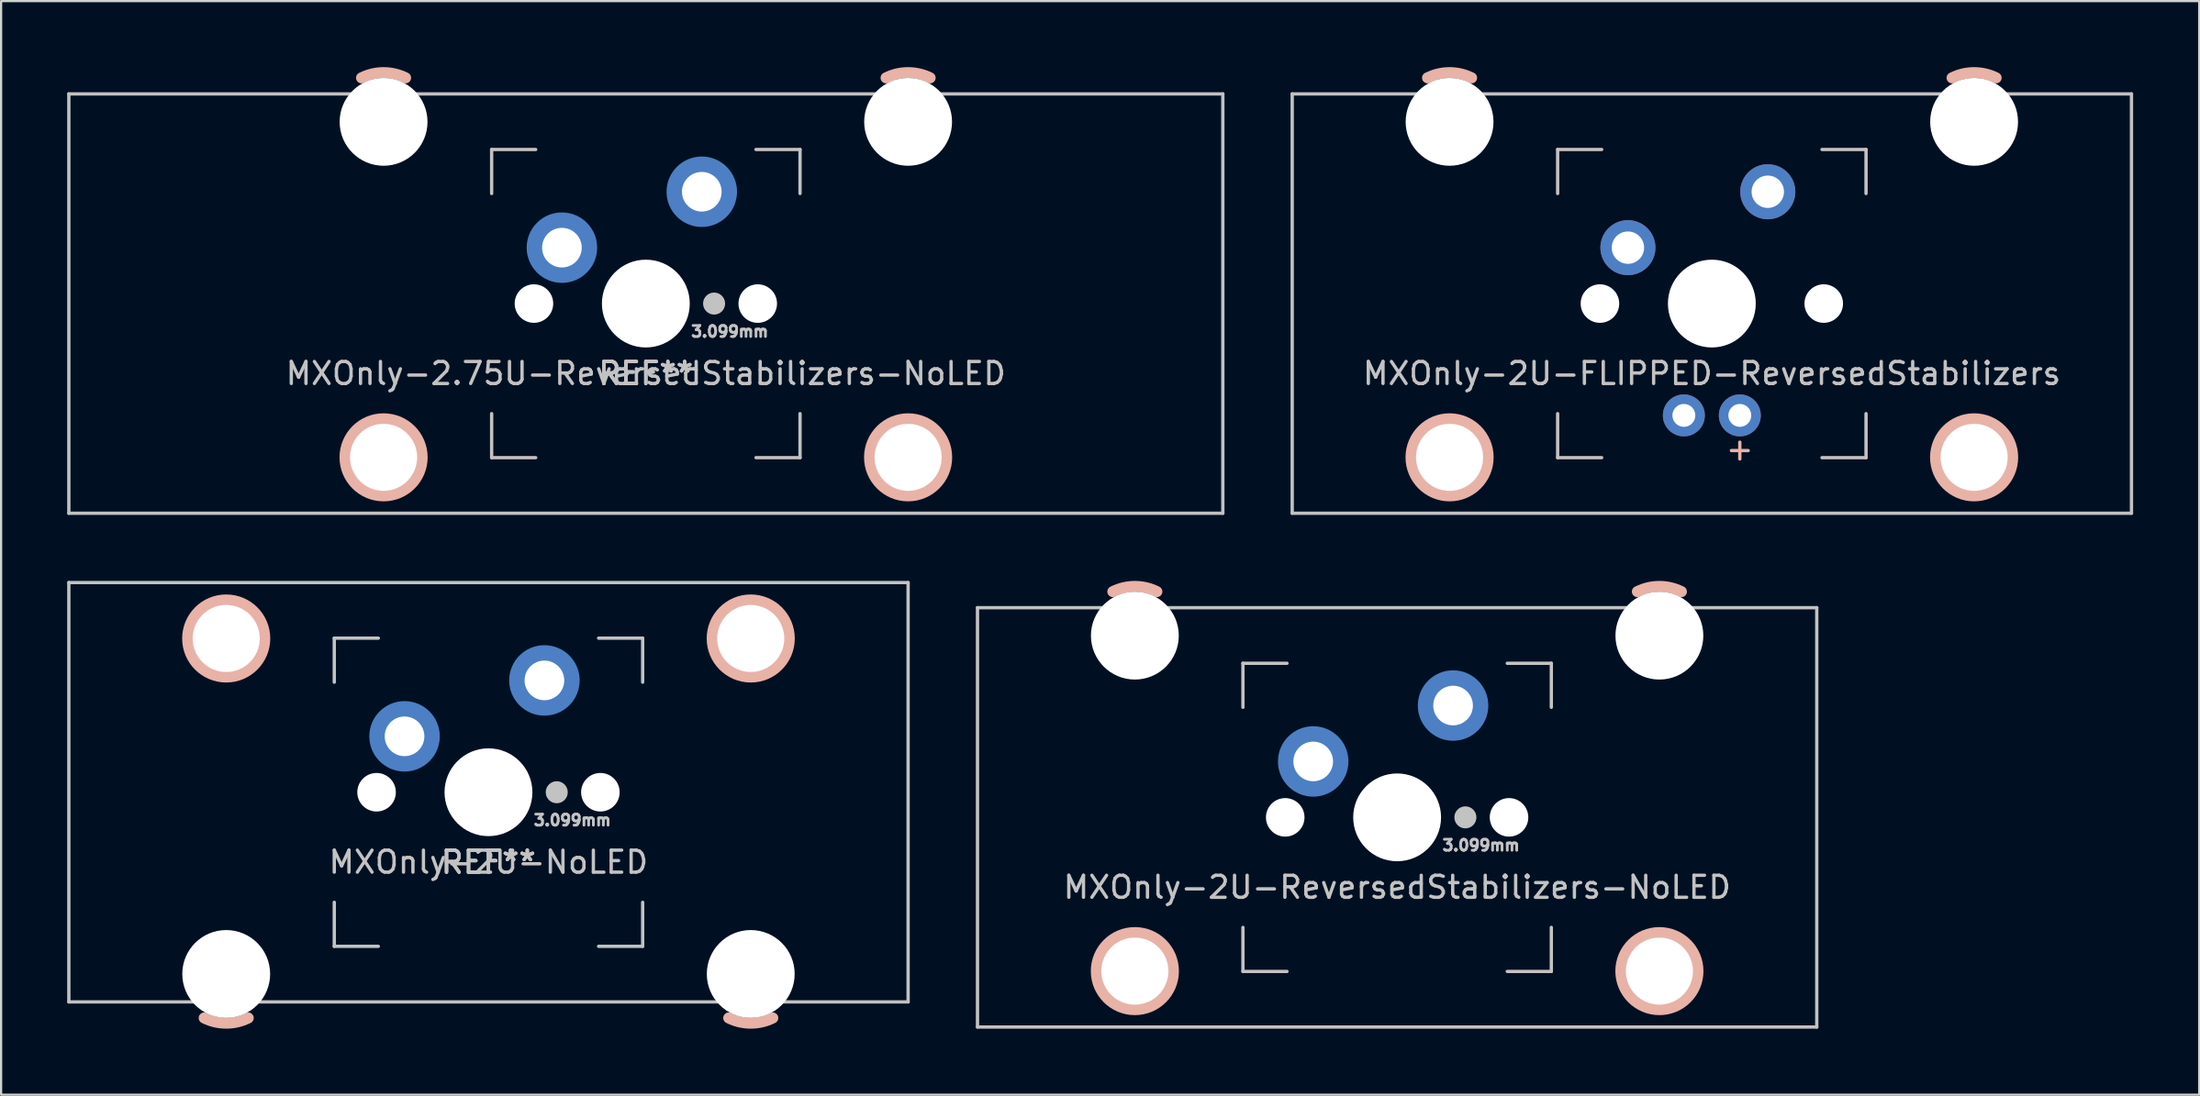
<source format=kicad_pcb>
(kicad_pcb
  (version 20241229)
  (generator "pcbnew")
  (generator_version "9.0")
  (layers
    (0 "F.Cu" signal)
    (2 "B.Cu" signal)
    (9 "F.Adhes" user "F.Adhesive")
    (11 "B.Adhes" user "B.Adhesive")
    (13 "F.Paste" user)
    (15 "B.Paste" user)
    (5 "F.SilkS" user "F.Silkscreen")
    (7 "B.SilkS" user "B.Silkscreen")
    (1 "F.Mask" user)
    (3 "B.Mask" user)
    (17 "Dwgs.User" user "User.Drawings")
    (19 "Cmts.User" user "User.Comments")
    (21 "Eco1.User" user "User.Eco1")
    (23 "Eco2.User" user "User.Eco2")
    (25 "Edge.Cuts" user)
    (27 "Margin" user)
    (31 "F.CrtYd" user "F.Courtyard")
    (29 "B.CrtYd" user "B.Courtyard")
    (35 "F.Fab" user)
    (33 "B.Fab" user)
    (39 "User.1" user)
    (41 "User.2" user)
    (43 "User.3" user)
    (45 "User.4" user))
  (footprint "MXOnly-2U-FLIPPED-ReversedStabilizers"
    (layer "F.Cu")
    (at 74.662 10.741)
    (property "Reference" "MXOnly-2U-FLIPPED-ReversedStabilizers" (at 0 3.175 0) (layer "Dwgs.User") (effects (font (size 1 1) (thickness 0.15))))
    (attr through_hole)
    (fp_arc (start -12.90625 -10.255) (mid -11.906837 -10.491068) (end -10.907301 -10.255525) (stroke (width 0.5) (type solid)) (layer "B.SilkS"))
    (fp_arc (start 10.90625 -10.255) (mid 11.905663 -10.491068) (end 12.905199 -10.255525) (stroke (width 0.5) (type solid)) (layer "B.SilkS"))
    (fp_circle (center -11.906 6.985) (end -13.656 6.985) (stroke (width 0.5) (type solid)) (fill no) (layer "B.SilkS"))
    (fp_circle (center 11.906 6.985) (end 10.156 6.985) (stroke (width 0.5) (type solid)) (fill no) (layer "B.SilkS"))
    (fp_line (start -19.05 -9.525) (end 19.05 -9.525) (stroke (width 0.15) (type solid)) (layer "Dwgs.User"))
    (fp_line (start -19.05 9.525) (end -19.05 -9.525) (stroke (width 0.15) (type solid)) (layer "Dwgs.User"))
    (fp_line (start -19.05 9.525) (end 19.05 9.525) (stroke (width 0.15) (type solid)) (layer "Dwgs.User"))
    (fp_line (start -7 -7) (end -7 -5) (stroke (width 0.15) (type solid)) (layer "Dwgs.User"))
    (fp_line (start -7 5) (end -7 7) (stroke (width 0.15) (type solid)) (layer "Dwgs.User"))
    (fp_line (start -7 7) (end -5 7) (stroke (width 0.15) (type solid)) (layer "Dwgs.User"))
    (fp_line (start -5 -7) (end -7 -7) (stroke (width 0.15) (type solid)) (layer "Dwgs.User"))
    (fp_line (start 5 -7) (end 7 -7) (stroke (width 0.15) (type solid)) (layer "Dwgs.User"))
    (fp_line (start 5 7) (end 7 7) (stroke (width 0.15) (type solid)) (layer "Dwgs.User"))
    (fp_line (start 7 -7) (end 7 -5) (stroke (width 0.15) (type solid)) (layer "Dwgs.User"))
    (fp_line (start 7 7) (end 7 5) (stroke (width 0.15) (type solid)) (layer "Dwgs.User"))
    (fp_line (start 19.05 -9.525) (end 19.05 9.525) (stroke (width 0.15) (type solid)) (layer "Dwgs.User"))
    (fp_text user "+" (at 1.27 6.604 0) (layer "B.SilkS") (effects (font (size 1 1) (thickness 0.15))))
    (pad "" np_thru_hole circle (at -11.906 -8.255) (size 3.988 3.988) (drill 3.988) (layers "*.Cu" "*.Mask"))
    (pad "" np_thru_hole circle (at -11.906 6.985) (size 3.048 3.048) (drill 3.048) (layers "*.Cu" "*.Mask"))
    (pad "" np_thru_hole circle (at -5.08 0 48.1) (size 1.75 1.75) (drill 1.75) (layers "*.Cu" "*.Mask"))
    (pad "" np_thru_hole circle (at 0 0) (size 3.988 3.988) (drill 3.988) (layers "*.Cu" "*.Mask"))
    (pad "" np_thru_hole circle (at 5.08 0 48.1) (size 1.75 1.75) (drill 1.75) (layers "*.Cu" "*.Mask"))
    (pad "" np_thru_hole circle (at 11.906 -8.255) (size 3.988 3.988) (drill 3.988) (layers "*.Cu" "*.Mask"))
    (pad "" np_thru_hole circle (at 11.906 6.985) (size 3.048 3.048) (drill 3.048) (layers "*.Cu" "*.Mask"))
    (pad "1" thru_hole circle (at -3.81 -2.54) (size 2.5 2.5) (drill 1.47) (layers "*.Cu" "*.Mask"))
    (pad "2" thru_hole circle (at 2.54 -5.08) (size 2.5 2.5) (drill 1.47) (layers "*.Cu" "*.Mask"))
    (pad "3" thru_hole circle (at 1.27 5.08) (size 1.905 1.905) (drill 1.04) (layers "*.Cu" "*.Mask"))
    (pad "4" thru_hole circle (at -1.27 5.08) (size 1.905 1.905) (drill 1.04) (layers "*.Cu" "*.Mask")))
  (footprint "MXOnly-2U-NoLED"
    (layer "F.Cu")
    (at 19.125 32.941)
    (property "Reference" "MXOnly-2U-NoLED" (at 0 3.175 0) (layer "Dwgs.User") (effects (font (size 1 1) (thickness 0.15))))
    (attr through_hole)
    (fp_arc (start -10.90625 10.255) (mid -11.905663 10.491068) (end -12.905199 10.255525) (stroke (width 0.5) (type solid)) (layer "B.SilkS"))
    (fp_arc (start 12.90625 10.255) (mid 11.906837 10.491068) (end 10.907301 10.255525) (stroke (width 0.5) (type solid)) (layer "B.SilkS"))
    (fp_circle (center -11.906 -6.985) (end -10.156 -6.985) (stroke (width 0.5) (type solid)) (fill no) (layer "B.SilkS"))
    (fp_circle (center 11.906 -6.985) (end 13.656 -6.985) (stroke (width 0.5) (type solid)) (fill no) (layer "B.SilkS"))
    (fp_line (start -19.05 -9.525) (end 19.05 -9.525) (stroke (width 0.15) (type solid)) (layer "Dwgs.User"))
    (fp_line (start -19.05 9.525) (end -19.05 -9.525) (stroke (width 0.15) (type solid)) (layer "Dwgs.User"))
    (fp_line (start -19.05 9.525) (end 19.05 9.525) (stroke (width 0.15) (type solid)) (layer "Dwgs.User"))
    (fp_line (start -7 -7) (end -7 -5) (stroke (width 0.15) (type solid)) (layer "Dwgs.User"))
    (fp_line (start -7 5) (end -7 7) (stroke (width 0.15) (type solid)) (layer "Dwgs.User"))
    (fp_line (start -7 7) (end -5 7) (stroke (width 0.15) (type solid)) (layer "Dwgs.User"))
    (fp_line (start -5 -7) (end -7 -7) (stroke (width 0.15) (type solid)) (layer "Dwgs.User"))
    (fp_line (start 5 -7) (end 7 -7) (stroke (width 0.15) (type solid)) (layer "Dwgs.User"))
    (fp_line (start 5 7) (end 7 7) (stroke (width 0.15) (type solid)) (layer "Dwgs.User"))
    (fp_line (start 7 -7) (end 7 -5) (stroke (width 0.15) (type solid)) (layer "Dwgs.User"))
    (fp_line (start 7 7) (end 7 5) (stroke (width 0.15) (type solid)) (layer "Dwgs.User"))
    (fp_line (start 19.05 -9.525) (end 19.05 9.525) (stroke (width 0.15) (type solid)) (layer "Dwgs.User"))
    (fp_text user "REF**" (at 0 3.175 0) (layer "Dwgs.User") (effects (font (size 1 1) (thickness 0.15))))
    (fp_text user "REF**" (at 0 3.175 0) (layer "Dwgs.User") (effects (font (size 1 1) (thickness 0.15))))
    (fp_text user "REF**" (at 0 3.175 0) (layer "Dwgs.User") (effects (font (size 1 1) (thickness 0.15))))
    (fp_text user "3.099mm" (at 3.81 1.27 0) (layer "Dwgs.User") (effects (font (size 0.5 0.5) (thickness 0.125))))
    (pad "" np_thru_hole circle (at -11.906 -6.985 180) (size 3.048 3.048) (drill 3.048) (layers "*.Cu" "*.Mask"))
    (pad "" np_thru_hole circle (at -11.906 8.255 180) (size 3.988 3.988) (drill 3.988) (layers "*.Cu" "*.Mask"))
    (pad "" np_thru_hole circle (at -5.08 0 48.1) (size 1.75 1.75) (drill 1.75) (layers "*.Cu" "*.Mask"))
    (pad "" smd circle (at -3.81 -2.54) (size 2.8 2.8) (layers "B.Mask"))
    (pad "" np_thru_hole circle (at 0 0) (size 3.988 3.988) (drill 3.988) (layers "*.Cu" "*.Mask"))
    (pad "" smd circle (at 2.54 -5.08) (size 2.8 2.8) (layers "B.Mask"))
    (pad "" smd circle (at 3.099 0) (size 1 1) (layers "Dwgs.User"))
    (pad "" np_thru_hole circle (at 5.08 0 48.1) (size 1.75 1.75) (drill 1.75) (layers "*.Cu" "*.Mask"))
    (pad "" np_thru_hole circle (at 11.906 -6.985 180) (size 3.048 3.048) (drill 3.048) (layers "*.Cu" "*.Mask"))
    (pad "" np_thru_hole circle (at 11.906 8.255 180) (size 3.988 3.988) (drill 3.988) (layers "*.Cu" "*.Mask"))
    (pad "1" thru_hole circle (at -3.81 -2.54) (size 2.4 2.4) (drill 1.8) (layers "*.Cu"))
    (pad "1" connect circle (at -3.81 -2.54) (size 3.2 3.2) (layers "B.Cu"))
    (pad "2" thru_hole circle (at 2.54 -5.08) (size 2.4 2.4) (drill 1.8) (layers "*.Cu"))
    (pad "2" connect circle (at 2.54 -5.08) (size 3.2 3.2) (layers "B.Cu")))
  (footprint "MXOnly-2.75U-ReversedStabilizers-NoLED"
    (layer "F.Cu")
    (at 26.269 10.741)
    (property "Reference" "MXOnly-2.75U-ReversedStabilizers-NoLED" (at 0 3.175 0) (layer "Dwgs.User") (effects (font (size 1 1) (thickness 0.15))))
    (attr through_hole)
    (fp_arc (start -12.90625 -10.255) (mid -11.906837 -10.491068) (end -10.907301 -10.255525) (stroke (width 0.5) (type solid)) (layer "B.SilkS"))
    (fp_arc (start 10.90625 -10.255) (mid 11.905663 -10.491068) (end 12.905199 -10.255525) (stroke (width 0.5) (type solid)) (layer "B.SilkS"))
    (fp_circle (center -11.906 6.985) (end -13.656 6.985) (stroke (width 0.5) (type solid)) (fill no) (layer "B.SilkS"))
    (fp_circle (center 11.906 6.985) (end 10.156 6.985) (stroke (width 0.5) (type solid)) (fill no) (layer "B.SilkS"))
    (fp_line (start -26.194 -9.525) (end 26.194 -9.525) (stroke (width 0.15) (type solid)) (layer "Dwgs.User"))
    (fp_line (start -26.194 9.525) (end -26.194 -9.525) (stroke (width 0.15) (type solid)) (layer "Dwgs.User"))
    (fp_line (start -26.194 9.525) (end 26.194 9.525) (stroke (width 0.15) (type solid)) (layer "Dwgs.User"))
    (fp_line (start -7 -7) (end -7 -5) (stroke (width 0.15) (type solid)) (layer "Dwgs.User"))
    (fp_line (start -7 5) (end -7 7) (stroke (width 0.15) (type solid)) (layer "Dwgs.User"))
    (fp_line (start -7 7) (end -5 7) (stroke (width 0.15) (type solid)) (layer "Dwgs.User"))
    (fp_line (start -5 -7) (end -7 -7) (stroke (width 0.15) (type solid)) (layer "Dwgs.User"))
    (fp_line (start 5 -7) (end 7 -7) (stroke (width 0.15) (type solid)) (layer "Dwgs.User"))
    (fp_line (start 5 7) (end 7 7) (stroke (width 0.15) (type solid)) (layer "Dwgs.User"))
    (fp_line (start 7 -7) (end 7 -5) (stroke (width 0.15) (type solid)) (layer "Dwgs.User"))
    (fp_line (start 7 7) (end 7 5) (stroke (width 0.15) (type solid)) (layer "Dwgs.User"))
    (fp_line (start 26.194 -9.525) (end 26.194 9.525) (stroke (width 0.15) (type solid)) (layer "Dwgs.User"))
    (fp_text user "3.099mm" (at 3.81 1.27 0) (layer "Dwgs.User") (effects (font (size 0.5 0.5) (thickness 0.125))))
    (fp_text user "REF**" (at 0 3.175 0) (layer "Dwgs.User") (effects (font (size 1 1) (thickness 0.15))))
    (fp_text user "REF**" (at 0 3.175 0) (layer "Dwgs.User") (effects (font (size 1 1) (thickness 0.15))))
    (fp_text user "REF**" (at 0 3.175 0) (layer "Dwgs.User") (effects (font (size 1 1) (thickness 0.15))))
    (pad "" np_thru_hole circle (at -11.906 -8.255) (size 3.988 3.988) (drill 3.988) (layers "*.Cu" "*.Mask"))
    (pad "" np_thru_hole circle (at -11.906 6.985) (size 3.048 3.048) (drill 3.048) (layers "*.Cu" "*.Mask"))
    (pad "" np_thru_hole circle (at -5.08 0 48.1) (size 1.75 1.75) (drill 1.75) (layers "*.Cu" "*.Mask"))
    (pad "" smd circle (at -3.81 -2.54) (size 2.8 2.8) (layers "B.Mask"))
    (pad "" np_thru_hole circle (at 0 0) (size 3.988 3.988) (drill 3.988) (layers "*.Cu" "*.Mask"))
    (pad "" smd circle (at 2.54 -5.08) (size 2.8 2.8) (layers "B.Mask"))
    (pad "" smd circle (at 3.099 0) (size 1 1) (layers "Dwgs.User"))
    (pad "" np_thru_hole circle (at 5.08 0 48.1) (size 1.75 1.75) (drill 1.75) (layers "*.Cu" "*.Mask"))
    (pad "" np_thru_hole circle (at 11.906 -8.255) (size 3.988 3.988) (drill 3.988) (layers "*.Cu" "*.Mask"))
    (pad "" np_thru_hole circle (at 11.906 6.985) (size 3.048 3.048) (drill 3.048) (layers "*.Cu" "*.Mask"))
    (pad "1" thru_hole circle (at -3.81 -2.54) (size 2.4 2.4) (drill 1.8) (layers "*.Cu"))
    (pad "1" connect circle (at -3.81 -2.54) (size 3.2 3.2) (layers "B.Cu"))
    (pad "2" thru_hole circle (at 2.54 -5.08) (size 2.4 2.4) (drill 1.8) (layers "*.Cu"))
    (pad "2" connect circle (at 2.54 -5.08) (size 3.2 3.2) (layers "B.Cu")))
  (footprint "MXOnly-2U-ReversedStabilizers-NoLED"
    (layer "F.Cu")
    (at 60.375 34.082)
    (property "Reference" "MXOnly-2U-ReversedStabilizers-NoLED" (at 0 3.175 0) (layer "Dwgs.User") (effects (font (size 1 1) (thickness 0.15))))
    (attr through_hole)
    (fp_arc (start -12.90625 -10.255) (mid -11.906837 -10.491068) (end -10.907301 -10.255525) (stroke (width 0.5) (type solid)) (layer "B.SilkS"))
    (fp_arc (start 10.90625 -10.255) (mid 11.905663 -10.491068) (end 12.905199 -10.255525) (stroke (width 0.5) (type solid)) (layer "B.SilkS"))
    (fp_circle (center -11.906 6.985) (end -13.656 6.985) (stroke (width 0.5) (type solid)) (fill no) (layer "B.SilkS"))
    (fp_circle (center 11.906 6.985) (end 10.156 6.985) (stroke (width 0.5) (type solid)) (fill no) (layer "B.SilkS"))
    (fp_line (start -19.05 -9.525) (end 19.05 -9.525) (stroke (width 0.15) (type solid)) (layer "Dwgs.User"))
    (fp_line (start -19.05 9.525) (end -19.05 -9.525) (stroke (width 0.15) (type solid)) (layer "Dwgs.User"))
    (fp_line (start -19.05 9.525) (end 19.05 9.525) (stroke (width 0.15) (type solid)) (layer "Dwgs.User"))
    (fp_line (start -7 -7) (end -7 -5) (stroke (width 0.15) (type solid)) (layer "Dwgs.User"))
    (fp_line (start -7 5) (end -7 7) (stroke (width 0.15) (type solid)) (layer "Dwgs.User"))
    (fp_line (start -7 7) (end -5 7) (stroke (width 0.15) (type solid)) (layer "Dwgs.User"))
    (fp_line (start -5 -7) (end -7 -7) (stroke (width 0.15) (type solid)) (layer "Dwgs.User"))
    (fp_line (start 5 -7) (end 7 -7) (stroke (width 0.15) (type solid)) (layer "Dwgs.User"))
    (fp_line (start 5 7) (end 7 7) (stroke (width 0.15) (type solid)) (layer "Dwgs.User"))
    (fp_line (start 7 -7) (end 7 -5) (stroke (width 0.15) (type solid)) (layer "Dwgs.User"))
    (fp_line (start 7 7) (end 7 5) (stroke (width 0.15) (type solid)) (layer "Dwgs.User"))
    (fp_line (start 19.05 -9.525) (end 19.05 9.525) (stroke (width 0.15) (type solid)) (layer "Dwgs.User"))
    (fp_text user "3.099mm" (at 3.81 1.27 0) (layer "Dwgs.User") (effects (font (size 0.5 0.5) (thickness 0.125))))
    (pad "" np_thru_hole circle (at -11.906 -8.255) (size 3.988 3.988) (drill 3.988) (layers "*.Cu" "*.Mask"))
    (pad "" np_thru_hole circle (at -11.906 6.985) (size 3.048 3.048) (drill 3.048) (layers "*.Cu" "*.Mask"))
    (pad "" np_thru_hole circle (at -5.08 0 48.1) (size 1.75 1.75) (drill 1.75) (layers "*.Cu" "*.Mask"))
    (pad "" smd circle (at -3.81 -2.54) (size 2.8 2.8) (layers "B.Mask"))
    (pad "" np_thru_hole circle (at 0 0) (size 3.988 3.988) (drill 3.988) (layers "*.Cu" "*.Mask"))
    (pad "" smd circle (at 2.54 -5.08) (size 2.8 2.8) (layers "B.Mask"))
    (pad "" smd circle (at 3.099 0) (size 1 1) (layers "Dwgs.User"))
    (pad "" np_thru_hole circle (at 5.08 0 48.1) (size 1.75 1.75) (drill 1.75) (layers "*.Cu" "*.Mask"))
    (pad "" np_thru_hole circle (at 11.906 -8.255) (size 3.988 3.988) (drill 3.988) (layers "*.Cu" "*.Mask"))
    (pad "" np_thru_hole circle (at 11.906 6.985) (size 3.048 3.048) (drill 3.048) (layers "*.Cu" "*.Mask"))
    (pad "1" thru_hole circle (at -3.81 -2.54) (size 2.4 2.4) (drill 1.8) (layers "*.Cu"))
    (pad "1" connect circle (at -3.81 -2.54) (size 3.2 3.2) (layers "B.Cu"))
    (pad "2" thru_hole circle (at 2.54 -5.08) (size 2.4 2.4) (drill 1.8) (layers "*.Cu"))
    (pad "2" connect circle (at 2.54 -5.08) (size 3.2 3.2) (layers "B.Cu")))
  (gr_rect
    (start -3 -3)
    (end 96.787 46.682)
    (stroke (width 0.1) (type default))
    (fill no)
    (layer "Edge.Cuts")))
</source>
